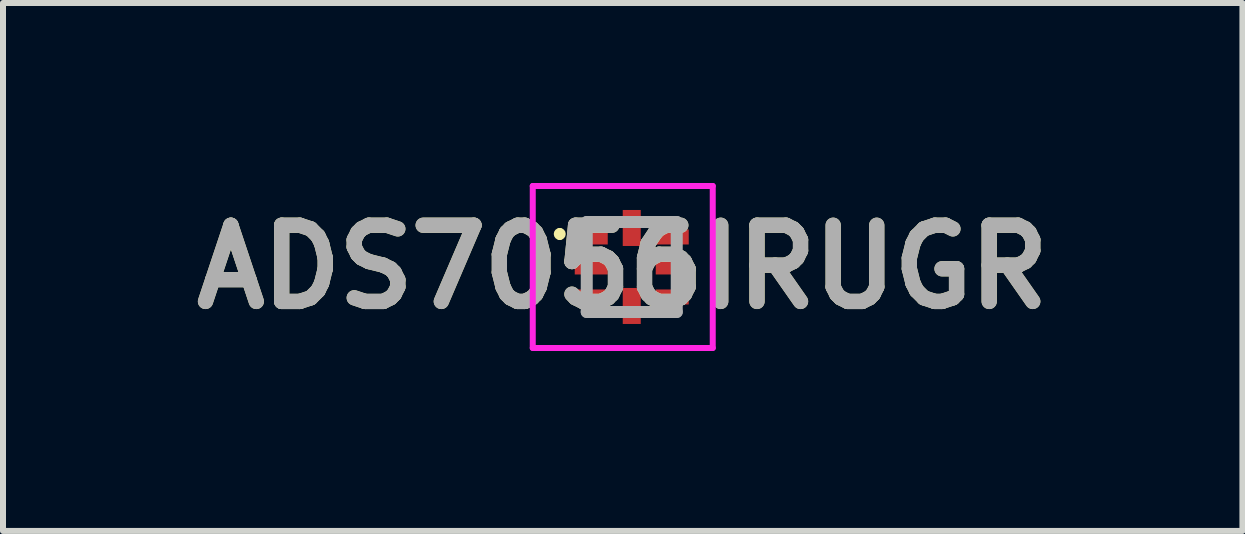
<source format=kicad_pcb>
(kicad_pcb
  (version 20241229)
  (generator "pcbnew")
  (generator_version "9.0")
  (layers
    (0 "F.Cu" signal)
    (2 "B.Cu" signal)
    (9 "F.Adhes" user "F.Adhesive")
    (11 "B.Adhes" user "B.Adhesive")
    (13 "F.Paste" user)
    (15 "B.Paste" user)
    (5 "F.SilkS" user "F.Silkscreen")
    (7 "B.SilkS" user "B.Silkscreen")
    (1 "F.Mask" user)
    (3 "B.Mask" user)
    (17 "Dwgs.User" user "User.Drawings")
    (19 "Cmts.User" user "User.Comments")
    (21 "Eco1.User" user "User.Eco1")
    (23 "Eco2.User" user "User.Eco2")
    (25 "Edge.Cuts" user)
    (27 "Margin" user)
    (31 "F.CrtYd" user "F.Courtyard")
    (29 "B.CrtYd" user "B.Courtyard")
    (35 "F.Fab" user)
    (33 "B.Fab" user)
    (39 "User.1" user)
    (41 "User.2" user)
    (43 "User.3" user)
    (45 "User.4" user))
  (footprint "ADS7056IRUGR"
    (layer "F.Cu")
    (at 7.48 1.4)
    (property "Reference" "ADS7056IRUGR" (at -0.15 0 0) (layer "F.SilkS") (effects (font (size 1.27 1.27) (thickness 0.254))))
    (attr smd)
    (fp_line (start -1.2 -0.6) (end -1.2 -0.6) (stroke (width 0.1) (type solid)) (layer "F.SilkS"))
    (fp_line (start -1.2 -0.5) (end -1.2 -0.5) (stroke (width 0.1) (type solid)) (layer "F.SilkS"))
    (fp_arc (start -1.2 -0.6) (mid -1.15 -0.55) (end -1.2 -0.5) (stroke (width 0.1) (type solid)) (layer "F.SilkS"))
    (fp_arc (start -1.2 -0.5) (mid -1.25 -0.55) (end -1.2 -0.6) (stroke (width 0.1) (type solid)) (layer "F.SilkS"))
    (fp_line (start -1.65 -1.35) (end 1.35 -1.35) (stroke (width 0.1) (type solid)) (layer "F.CrtYd"))
    (fp_line (start -1.65 1.35) (end -1.65 -1.35) (stroke (width 0.1) (type solid)) (layer "F.CrtYd"))
    (fp_line (start 1.35 -1.35) (end 1.35 1.35) (stroke (width 0.1) (type solid)) (layer "F.CrtYd"))
    (fp_line (start 1.35 1.35) (end -1.65 1.35) (stroke (width 0.1) (type solid)) (layer "F.CrtYd"))
    (fp_line (start -0.75 -0.75) (end 0.75 -0.75) (stroke (width 0.2) (type solid)) (layer "F.Fab"))
    (fp_line (start -0.75 0.75) (end -0.75 -0.75) (stroke (width 0.2) (type solid)) (layer "F.Fab"))
    (fp_line (start 0.75 -0.75) (end 0.75 0.75) (stroke (width 0.2) (type solid)) (layer "F.Fab"))
    (fp_line (start 0.75 0.75) (end -0.75 0.75) (stroke (width 0.2) (type solid)) (layer "F.Fab"))
    (fp_text user "${REFERENCE}" (at -0.15 0 0) (layer "F.Fab") (effects (font (size 1.27 1.27) (thickness 0.254))))
    (pad "1" smd rect (at -0.675 -0.5 90) (size 0.25 0.55) (layers "F.Cu" "F.Mask" "F.Paste"))
    (pad "2" smd rect (at -0.675 0 90) (size 0.25 0.55) (layers "F.Cu" "F.Mask" "F.Paste"))
    (pad "3" smd rect (at -0.675 0.5 90) (size 0.25 0.55) (layers "F.Cu" "F.Mask" "F.Paste"))
    (pad "4" smd rect (at 0 0.65) (size 0.3 0.6) (layers "F.Cu" "F.Mask" "F.Paste"))
    (pad "5" smd rect (at 0.675 0.5 90) (size 0.25 0.55) (layers "F.Cu" "F.Mask" "F.Paste"))
    (pad "6" smd rect (at 0.675 0 90) (size 0.25 0.55) (layers "F.Cu" "F.Mask" "F.Paste"))
    (pad "7" smd rect (at 0.675 -0.5 90) (size 0.25 0.55) (layers "F.Cu" "F.Mask" "F.Paste"))
    (pad "8" smd rect (at 0 -0.65) (size 0.3 0.6) (layers "F.Cu" "F.Mask" "F.Paste")))
  (gr_rect
    (start -3 -3)
    (end 17.659 5.8)
    (stroke (width 0.1) (type default))
    (fill no)
    (layer "Edge.Cuts")))
</source>
